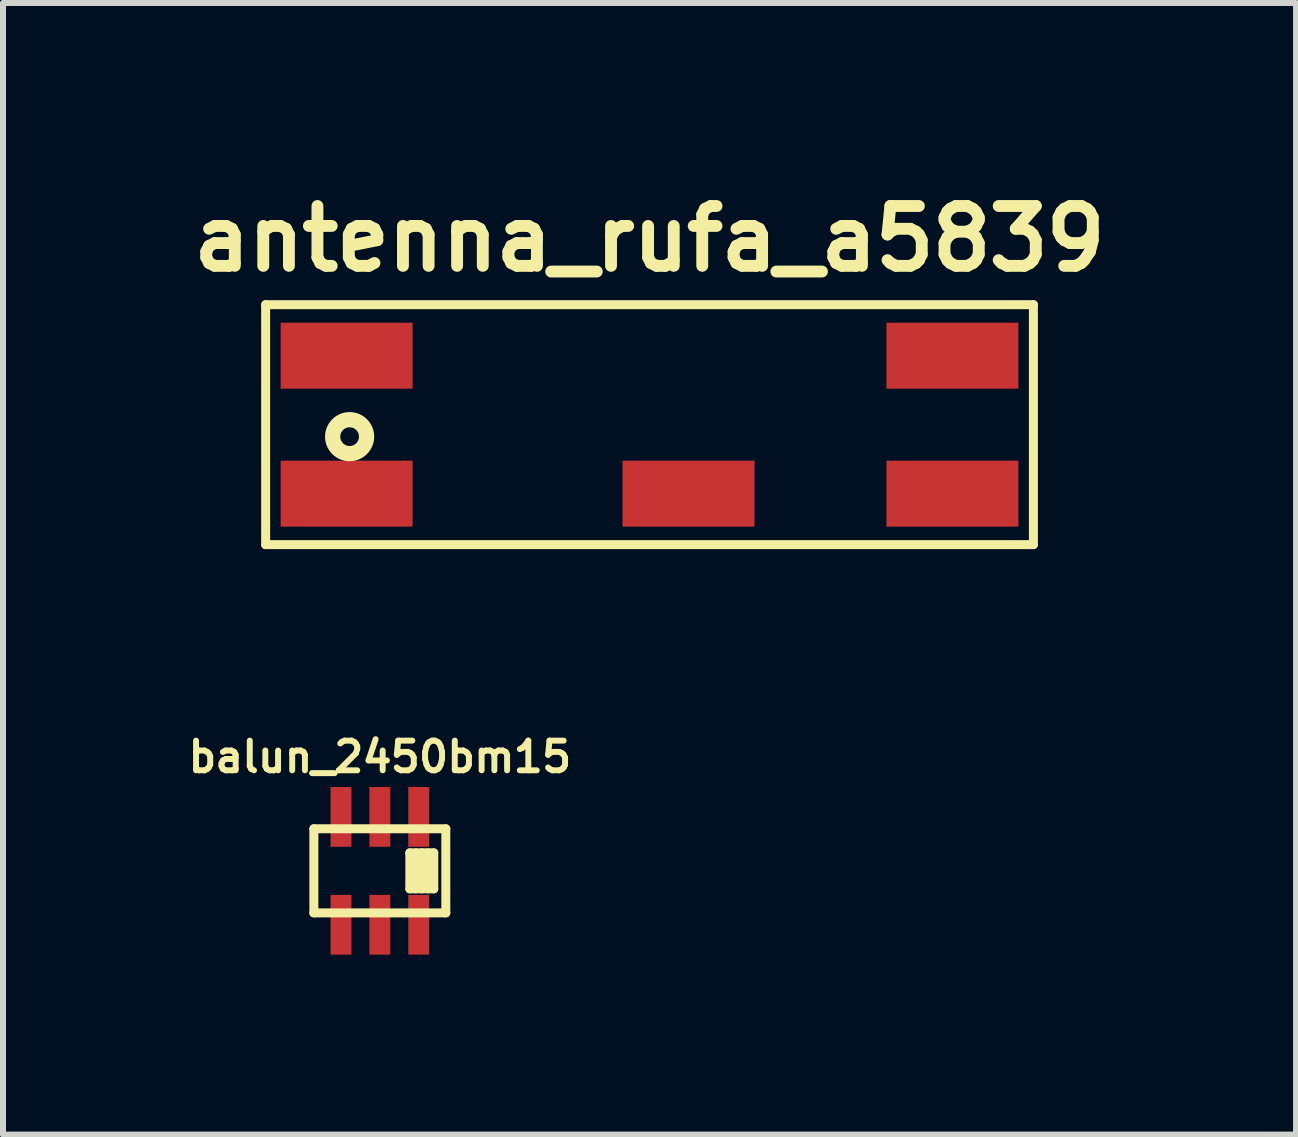
<source format=kicad_pcb>
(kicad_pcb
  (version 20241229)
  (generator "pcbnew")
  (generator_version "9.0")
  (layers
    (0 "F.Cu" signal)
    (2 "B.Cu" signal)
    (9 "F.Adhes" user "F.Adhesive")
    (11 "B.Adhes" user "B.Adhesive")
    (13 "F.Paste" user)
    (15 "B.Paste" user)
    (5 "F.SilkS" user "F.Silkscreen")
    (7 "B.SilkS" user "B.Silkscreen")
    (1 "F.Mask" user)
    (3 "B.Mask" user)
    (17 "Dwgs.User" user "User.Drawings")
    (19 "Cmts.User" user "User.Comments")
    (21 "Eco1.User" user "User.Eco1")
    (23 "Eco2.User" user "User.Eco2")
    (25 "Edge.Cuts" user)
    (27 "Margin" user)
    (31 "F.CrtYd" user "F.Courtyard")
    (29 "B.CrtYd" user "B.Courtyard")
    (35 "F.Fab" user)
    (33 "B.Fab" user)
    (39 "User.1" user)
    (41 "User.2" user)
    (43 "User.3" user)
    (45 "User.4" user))
  (footprint "balun_2450bm15"
    (layer "F.Cu")
    (at 3.283 11.469)
    (property "Reference" "balun_2450bm15" (at 0 -1.9 0) (layer "F.SilkS") (effects (font (size 0.495 0.495) (thickness 0.099))))
    (attr smd)
    (fp_line (start -1.1 -0.701) (end -1.1 0.701) (stroke (width 0.15) (type solid)) (layer "F.SilkS"))
    (fp_line (start -1.1 0.701) (end 1.1 0.701) (stroke (width 0.15) (type solid)) (layer "F.SilkS"))
    (fp_line (start 0.5 -0.3) (end 0.5 0.3) (stroke (width 0.15) (type solid)) (layer "F.SilkS"))
    (fp_line (start 0.599 0.3) (end 0.599 -0.3) (stroke (width 0.15) (type solid)) (layer "F.SilkS"))
    (fp_line (start 0.701 0.3) (end 0.701 -0.3) (stroke (width 0.15) (type solid)) (layer "F.SilkS"))
    (fp_line (start 0.8 -0.3) (end 0.8 0.3) (stroke (width 0.15) (type solid)) (layer "F.SilkS"))
    (fp_line (start 0.899 -0.3) (end 0.5 -0.3) (stroke (width 0.15) (type solid)) (layer "F.SilkS"))
    (fp_line (start 0.899 -0.3) (end 0.899 0.3) (stroke (width 0.15) (type solid)) (layer "F.SilkS"))
    (fp_line (start 0.899 0.3) (end 0.5 0.3) (stroke (width 0.15) (type solid)) (layer "F.SilkS"))
    (fp_line (start 1.1 -0.701) (end -1.1 -0.701) (stroke (width 0.15) (type solid)) (layer "F.SilkS"))
    (fp_line (start 1.1 0.701) (end 1.1 -0.701) (stroke (width 0.15) (type solid)) (layer "F.SilkS"))
    (pad "1" smd rect (at 0.648 -0.899) (size 0.348 0.996) (layers "F.Cu" "F.Mask" "F.Paste"))
    (pad "2" smd rect (at 0 -0.899) (size 0.348 0.996) (layers "F.Cu" "F.Mask" "F.Paste"))
    (pad "3" smd rect (at -0.648 -0.899) (size 0.348 0.996) (layers "F.Cu" "F.Mask" "F.Paste"))
    (pad "4" smd rect (at -0.648 0.899) (size 0.348 0.996) (layers "F.Cu" "F.Mask" "F.Paste"))
    (pad "5" smd rect (at 0 0.899) (size 0.348 0.996) (layers "F.Cu" "F.Mask" "F.Paste"))
    (pad "6" smd rect (at 0.648 0.899) (size 0.348 0.996) (layers "F.Cu" "F.Mask" "F.Paste")))
  (footprint "antenna_rufa_a5839"
    (layer "F.Cu")
    (at 7.779 4.03)
    (property "Reference" "antenna_rufa_a5839" (at 0 -3.099 0) (layer "F.SilkS") (effects (font (size 0.998 0.998) (thickness 0.198))))
    (attr through_hole)
    (fp_line (start -6.4 -2) (end -6.4 2) (stroke (width 0.15) (type solid)) (layer "F.SilkS"))
    (fp_line (start -6.4 -2) (end 6.4 -2) (stroke (width 0.15) (type solid)) (layer "F.SilkS"))
    (fp_line (start -6.4 2) (end 6.4 2) (stroke (width 0.15) (type solid)) (layer "F.SilkS"))
    (fp_line (start 6.4 -2) (end 6.4 2) (stroke (width 0.15) (type solid)) (layer "F.SilkS"))
    (fp_circle (center -5 0.2) (end -5.2 0.4) (stroke (width 0.254) (type solid)) (fill no) (layer "F.SilkS"))
    (pad "" smd rect (at -5.05 -1.15) (size 2.2 1.1) (layers "F.Cu" "F.Mask" "F.Paste"))
    (pad "" smd rect (at 5.05 -1.15) (size 2.2 1.1) (layers "F.Cu" "F.Mask" "F.Paste"))
    (pad "" smd rect (at 5.05 1.15) (size 2.2 1.1) (layers "F.Cu" "F.Mask" "F.Paste"))
    (pad "1" smd rect (at -5.05 1.15) (size 2.2 1.1) (layers "F.Cu" "F.Mask" "F.Paste"))
    (pad "2" smd rect (at 0.65 1.15) (size 2.2 1.1) (layers "F.Cu" "F.Mask" "F.Paste")))
  (gr_rect
    (start -3 -3)
    (end 18.558 15.866)
    (stroke (width 0.1) (type default))
    (fill no)
    (layer "Edge.Cuts")))
</source>
